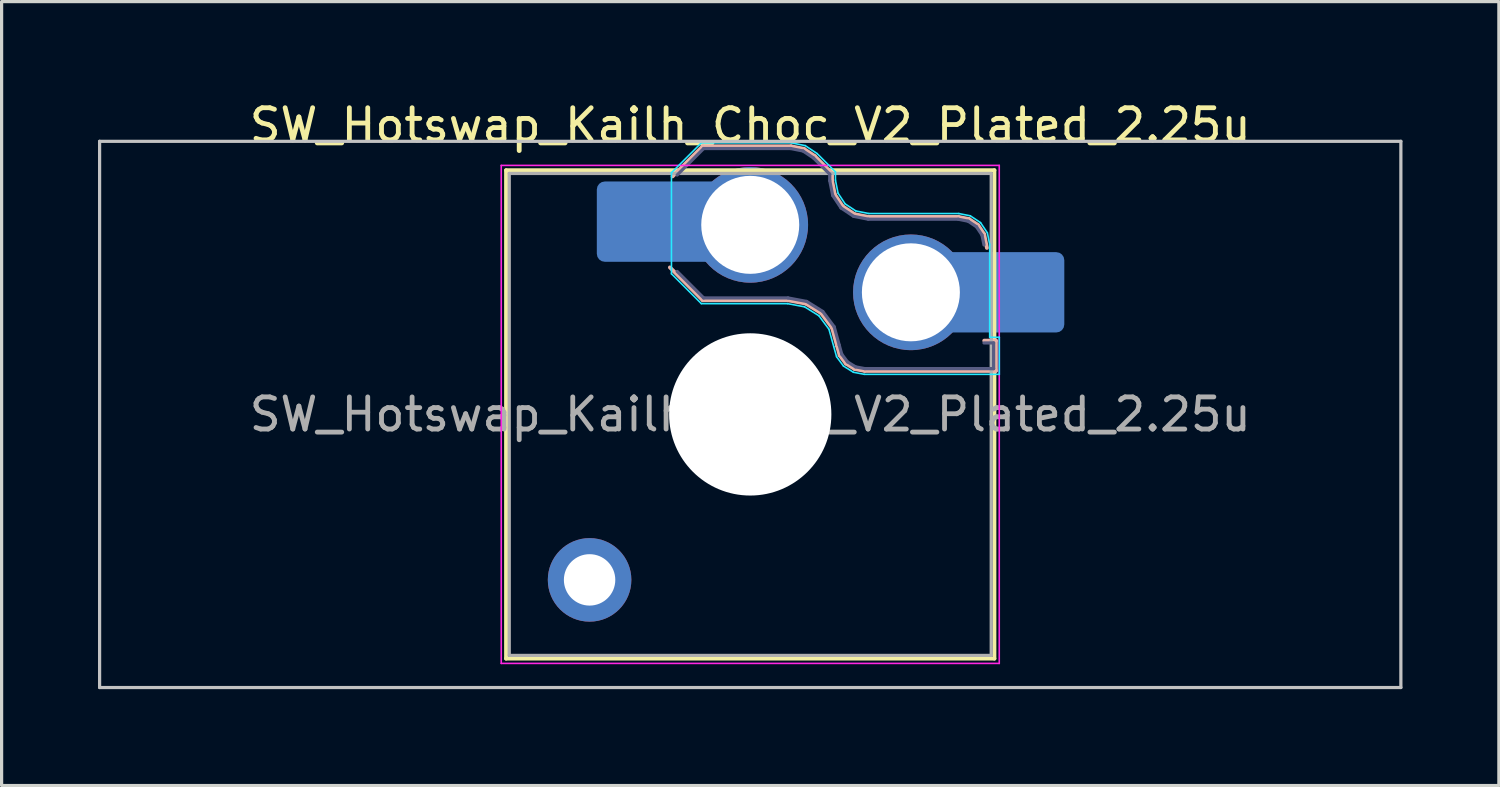
<source format=kicad_pcb>
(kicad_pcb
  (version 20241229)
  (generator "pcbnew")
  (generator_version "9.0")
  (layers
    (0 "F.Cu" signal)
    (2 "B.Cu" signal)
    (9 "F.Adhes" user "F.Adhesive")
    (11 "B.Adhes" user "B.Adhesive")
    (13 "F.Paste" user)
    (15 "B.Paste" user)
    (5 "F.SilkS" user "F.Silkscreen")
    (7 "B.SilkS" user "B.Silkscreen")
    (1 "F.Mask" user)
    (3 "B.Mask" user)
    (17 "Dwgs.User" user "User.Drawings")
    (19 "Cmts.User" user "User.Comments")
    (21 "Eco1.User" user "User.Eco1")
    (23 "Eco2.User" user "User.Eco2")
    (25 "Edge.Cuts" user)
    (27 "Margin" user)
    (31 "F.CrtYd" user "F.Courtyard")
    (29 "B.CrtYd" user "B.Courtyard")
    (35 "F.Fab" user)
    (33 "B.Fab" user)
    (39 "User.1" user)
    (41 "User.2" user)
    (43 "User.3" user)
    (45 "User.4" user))
  (footprint "SW_Hotswap_Kailh_Choc_V2_Plated_2.25u"
    (layer "F.Cu")
    (at 20.3 9.848)
    (property "Reference" "SW_Hotswap_Kailh_Choc_V2_Plated_2.25u" (at 0 -9 0) (layer "F.SilkS") (effects (font (size 1 1) (thickness 0.15))))
    (attr smd)
    (fp_line (start -7.6 -7.6) (end -7.6 7.6) (stroke (width 0.12) (type solid)) (layer "F.SilkS"))
    (fp_line (start -7.6 7.6) (end 7.6 7.6) (stroke (width 0.12) (type solid)) (layer "F.SilkS"))
    (fp_line (start 7.6 -7.6) (end -7.6 -7.6) (stroke (width 0.12) (type solid)) (layer "F.SilkS"))
    (fp_line (start 7.6 7.6) (end 7.6 -7.6) (stroke (width 0.12) (type solid)) (layer "F.SilkS"))
    (fp_line (start -2.416 -7.409) (end -1.479 -8.346) (stroke (width 0.12) (type solid)) (layer "B.SilkS"))
    (fp_line (start -1.479 -8.346) (end 1.268 -8.346) (stroke (width 0.12) (type solid)) (layer "B.SilkS"))
    (fp_line (start -1.479 -3.554) (end -2.5 -4.575) (stroke (width 0.12) (type solid)) (layer "B.SilkS"))
    (fp_line (start 1.168 -3.554) (end -1.479 -3.554) (stroke (width 0.12) (type solid)) (layer "B.SilkS"))
    (fp_line (start 1.268 -8.346) (end 1.671 -8.266) (stroke (width 0.12) (type solid)) (layer "B.SilkS"))
    (fp_line (start 1.671 -8.266) (end 2.013 -8.037) (stroke (width 0.12) (type solid)) (layer "B.SilkS"))
    (fp_line (start 1.73 -3.449) (end 1.168 -3.554) (stroke (width 0.12) (type solid)) (layer "B.SilkS"))
    (fp_line (start 2.013 -8.037) (end 2.546 -7.504) (stroke (width 0.12) (type solid)) (layer "B.SilkS"))
    (fp_line (start 2.209 -3.15) (end 1.73 -3.449) (stroke (width 0.12) (type solid)) (layer "B.SilkS"))
    (fp_line (start 2.546 -7.504) (end 2.546 -7.282) (stroke (width 0.12) (type solid)) (layer "B.SilkS"))
    (fp_line (start 2.546 -7.282) (end 2.633 -6.844) (stroke (width 0.12) (type solid)) (layer "B.SilkS"))
    (fp_line (start 2.547 -2.697) (end 2.209 -3.15) (stroke (width 0.12) (type solid)) (layer "B.SilkS"))
    (fp_line (start 2.633 -6.844) (end 2.877 -6.477) (stroke (width 0.12) (type solid)) (layer "B.SilkS"))
    (fp_line (start 2.701 -2.139) (end 2.547 -2.697) (stroke (width 0.12) (type solid)) (layer "B.SilkS"))
    (fp_line (start 2.783 -1.841) (end 2.701 -2.139) (stroke (width 0.12) (type solid)) (layer "B.SilkS"))
    (fp_line (start 2.877 -6.477) (end 3.244 -6.233) (stroke (width 0.12) (type solid)) (layer "B.SilkS"))
    (fp_line (start 2.976 -1.583) (end 2.783 -1.841) (stroke (width 0.12) (type solid)) (layer "B.SilkS"))
    (fp_line (start 3.244 -6.233) (end 3.682 -6.146) (stroke (width 0.12) (type solid)) (layer "B.SilkS"))
    (fp_line (start 3.25 -1.413) (end 2.976 -1.583) (stroke (width 0.12) (type solid)) (layer "B.SilkS"))
    (fp_line (start 3.56 -1.354) (end 3.25 -1.413) (stroke (width 0.12) (type solid)) (layer "B.SilkS"))
    (fp_line (start 3.682 -6.146) (end 6.482 -6.146) (stroke (width 0.12) (type solid)) (layer "B.SilkS"))
    (fp_line (start 6.482 -6.146) (end 6.809 -6.081) (stroke (width 0.12) (type solid)) (layer "B.SilkS"))
    (fp_line (start 6.809 -6.081) (end 7.092 -5.892) (stroke (width 0.12) (type solid)) (layer "B.SilkS"))
    (fp_line (start 7.092 -5.892) (end 7.281 -5.609) (stroke (width 0.12) (type solid)) (layer "B.SilkS"))
    (fp_line (start 7.281 -5.609) (end 7.366 -5.182) (stroke (width 0.12) (type solid)) (layer "B.SilkS"))
    (fp_line (start 7.283 -2.296) (end 7.646 -2.296) (stroke (width 0.12) (type solid)) (layer "B.SilkS"))
    (fp_line (start 7.646 -2.296) (end 7.646 -1.354) (stroke (width 0.12) (type solid)) (layer "B.SilkS"))
    (fp_line (start 7.646 -1.354) (end 3.56 -1.354) (stroke (width 0.12) (type solid)) (layer "B.SilkS"))
    (fp_line (start -20.25 -8.5) (end -20.25 8.5) (stroke (width 0.1) (type solid)) (layer "Dwgs.User"))
    (fp_line (start -20.25 8.5) (end 20.25 8.5) (stroke (width 0.1) (type solid)) (layer "Dwgs.User"))
    (fp_line (start 20.25 -8.5) (end -20.25 -8.5) (stroke (width 0.1) (type solid)) (layer "Dwgs.User"))
    (fp_line (start 20.25 8.5) (end 20.25 -8.5) (stroke (width 0.1) (type solid)) (layer "Dwgs.User"))
    (fp_line (start -7.25 -7.25) (end -7.25 7.25) (stroke (width 0.1) (type solid)) (layer "Eco1.User"))
    (fp_line (start -7.25 7.25) (end 7.25 7.25) (stroke (width 0.1) (type solid)) (layer "Eco1.User"))
    (fp_line (start 7.25 -7.25) (end -7.25 -7.25) (stroke (width 0.1) (type solid)) (layer "Eco1.User"))
    (fp_line (start 7.25 7.25) (end 7.25 -7.25) (stroke (width 0.1) (type solid)) (layer "Eco1.User"))
    (fp_line (start -2.452 -7.523) (end -1.523 -8.452) (stroke (width 0.05) (type solid)) (layer "B.CrtYd"))
    (fp_line (start -2.452 -4.377) (end -2.452 -7.523) (stroke (width 0.05) (type solid)) (layer "B.CrtYd"))
    (fp_line (start -1.523 -8.452) (end 1.278 -8.452) (stroke (width 0.05) (type solid)) (layer "B.CrtYd"))
    (fp_line (start -1.523 -3.448) (end -2.452 -4.377) (stroke (width 0.05) (type solid)) (layer "B.CrtYd"))
    (fp_line (start 1.159 -3.448) (end -1.523 -3.448) (stroke (width 0.05) (type solid)) (layer "B.CrtYd"))
    (fp_line (start 1.278 -8.452) (end 1.712 -8.366) (stroke (width 0.05) (type solid)) (layer "B.CrtYd"))
    (fp_line (start 1.691 -3.348) (end 1.159 -3.448) (stroke (width 0.05) (type solid)) (layer "B.CrtYd"))
    (fp_line (start 1.712 -8.366) (end 2.081 -8.119) (stroke (width 0.05) (type solid)) (layer "B.CrtYd"))
    (fp_line (start 2.081 -8.119) (end 2.652 -7.548) (stroke (width 0.05) (type solid)) (layer "B.CrtYd"))
    (fp_line (start 2.136 -3.071) (end 1.691 -3.348) (stroke (width 0.05) (type solid)) (layer "B.CrtYd"))
    (fp_line (start 2.45 -2.65) (end 2.136 -3.071) (stroke (width 0.05) (type solid)) (layer "B.CrtYd"))
    (fp_line (start 2.599 -2.111) (end 2.45 -2.65) (stroke (width 0.05) (type solid)) (layer "B.CrtYd"))
    (fp_line (start 2.652 -7.548) (end 2.652 -7.292) (stroke (width 0.05) (type solid)) (layer "B.CrtYd"))
    (fp_line (start 2.652 -7.292) (end 2.733 -6.885) (stroke (width 0.05) (type solid)) (layer "B.CrtYd"))
    (fp_line (start 2.687 -1.794) (end 2.599 -2.111) (stroke (width 0.05) (type solid)) (layer "B.CrtYd"))
    (fp_line (start 2.733 -6.885) (end 2.953 -6.553) (stroke (width 0.05) (type solid)) (layer "B.CrtYd"))
    (fp_line (start 2.903 -1.503) (end 2.687 -1.794) (stroke (width 0.05) (type solid)) (layer "B.CrtYd"))
    (fp_line (start 2.953 -6.553) (end 3.285 -6.333) (stroke (width 0.05) (type solid)) (layer "B.CrtYd"))
    (fp_line (start 3.211 -1.312) (end 2.903 -1.503) (stroke (width 0.05) (type solid)) (layer "B.CrtYd"))
    (fp_line (start 3.285 -6.333) (end 3.692 -6.252) (stroke (width 0.05) (type solid)) (layer "B.CrtYd"))
    (fp_line (start 3.55 -1.248) (end 3.211 -1.312) (stroke (width 0.05) (type solid)) (layer "B.CrtYd"))
    (fp_line (start 3.692 -6.252) (end 6.492 -6.252) (stroke (width 0.05) (type solid)) (layer "B.CrtYd"))
    (fp_line (start 6.492 -6.252) (end 6.85 -6.181) (stroke (width 0.05) (type solid)) (layer "B.CrtYd"))
    (fp_line (start 6.85 -6.181) (end 7.168 -5.968) (stroke (width 0.05) (type solid)) (layer "B.CrtYd"))
    (fp_line (start 7.168 -5.968) (end 7.381 -5.65) (stroke (width 0.05) (type solid)) (layer "B.CrtYd"))
    (fp_line (start 7.381 -5.65) (end 7.452 -5.292) (stroke (width 0.05) (type solid)) (layer "B.CrtYd"))
    (fp_line (start 7.452 -5.292) (end 7.452 -2.402) (stroke (width 0.05) (type solid)) (layer "B.CrtYd"))
    (fp_line (start 7.452 -2.402) (end 7.752 -2.402) (stroke (width 0.05) (type solid)) (layer "B.CrtYd"))
    (fp_line (start 7.752 -2.402) (end 7.752 -1.248) (stroke (width 0.05) (type solid)) (layer "B.CrtYd"))
    (fp_line (start 7.752 -1.248) (end 3.55 -1.248) (stroke (width 0.05) (type solid)) (layer "B.CrtYd"))
    (fp_line (start -7.75 -7.75) (end -7.75 7.75) (stroke (width 0.05) (type solid)) (layer "F.CrtYd"))
    (fp_line (start -7.75 7.75) (end 7.75 7.75) (stroke (width 0.05) (type solid)) (layer "F.CrtYd"))
    (fp_line (start 7.75 -7.75) (end -7.75 -7.75) (stroke (width 0.05) (type solid)) (layer "F.CrtYd"))
    (fp_line (start 7.75 7.75) (end 7.75 -7.75) (stroke (width 0.05) (type solid)) (layer "F.CrtYd"))
    (fp_line (start -2.275 -7.45) (end -1.45 -8.275) (stroke (width 0.1) (type solid)) (layer "B.Fab"))
    (fp_line (start -1.45 -8.275) (end 1.261 -8.275) (stroke (width 0.1) (type solid)) (layer "B.Fab"))
    (fp_line (start -1.45 -3.625) (end -2.275 -4.45) (stroke (width 0.1) (type solid)) (layer "B.Fab"))
    (fp_line (start 1.175 -3.625) (end -1.45 -3.625) (stroke (width 0.1) (type solid)) (layer "B.Fab"))
    (fp_line (start 1.261 -8.275) (end 1.643 -8.199) (stroke (width 0.1) (type solid)) (layer "B.Fab"))
    (fp_line (start 1.643 -8.199) (end 1.968 -7.982) (stroke (width 0.1) (type solid)) (layer "B.Fab"))
    (fp_line (start 1.756 -3.516) (end 1.175 -3.625) (stroke (width 0.1) (type solid)) (layer "B.Fab"))
    (fp_line (start 1.968 -7.982) (end 2.475 -7.475) (stroke (width 0.1) (type solid)) (layer "B.Fab"))
    (fp_line (start 2.258 -3.203) (end 1.756 -3.516) (stroke (width 0.1) (type solid)) (layer "B.Fab"))
    (fp_line (start 2.475 -7.475) (end 2.475 -7.275) (stroke (width 0.1) (type solid)) (layer "B.Fab"))
    (fp_line (start 2.475 -7.275) (end 2.566 -6.816) (stroke (width 0.1) (type solid)) (layer "B.Fab"))
    (fp_line (start 2.566 -6.816) (end 2.826 -6.426) (stroke (width 0.1) (type solid)) (layer "B.Fab"))
    (fp_line (start 2.612 -2.729) (end 2.258 -3.203) (stroke (width 0.1) (type solid)) (layer "B.Fab"))
    (fp_line (start 2.769 -2.158) (end 2.612 -2.729) (stroke (width 0.1) (type solid)) (layer "B.Fab"))
    (fp_line (start 2.826 -6.426) (end 3.216 -6.166) (stroke (width 0.1) (type solid)) (layer "B.Fab"))
    (fp_line (start 2.848 -1.873) (end 2.769 -2.158) (stroke (width 0.1) (type solid)) (layer "B.Fab"))
    (fp_line (start 3.025 -1.636) (end 2.848 -1.873) (stroke (width 0.1) (type solid)) (layer "B.Fab"))
    (fp_line (start 3.216 -6.166) (end 3.675 -6.075) (stroke (width 0.1) (type solid)) (layer "B.Fab"))
    (fp_line (start 3.276 -1.48) (end 3.025 -1.636) (stroke (width 0.1) (type solid)) (layer "B.Fab"))
    (fp_line (start 3.567 -1.425) (end 3.276 -1.48) (stroke (width 0.1) (type solid)) (layer "B.Fab"))
    (fp_line (start 3.675 -6.075) (end 6.475 -6.075) (stroke (width 0.1) (type solid)) (layer "B.Fab"))
    (fp_line (start 6.475 -6.075) (end 6.781 -6.014) (stroke (width 0.1) (type solid)) (layer "B.Fab"))
    (fp_line (start 6.781 -6.014) (end 7.041 -5.841) (stroke (width 0.1) (type solid)) (layer "B.Fab"))
    (fp_line (start 7.041 -5.841) (end 7.214 -5.581) (stroke (width 0.1) (type solid)) (layer "B.Fab"))
    (fp_line (start 7.214 -5.581) (end 7.275 -5.275) (stroke (width 0.1) (type solid)) (layer "B.Fab"))
    (fp_line (start 7.275 -2.225) (end 7.575 -2.225) (stroke (width 0.1) (type solid)) (layer "B.Fab"))
    (fp_line (start 7.575 -2.225) (end 7.575 -1.425) (stroke (width 0.1) (type solid)) (layer "B.Fab"))
    (fp_line (start 7.575 -1.425) (end 3.567 -1.425) (stroke (width 0.1) (type solid)) (layer "B.Fab"))
    (fp_line (start -7.5 -7.5) (end -7.5 7.5) (stroke (width 0.1) (type solid)) (layer "F.Fab"))
    (fp_line (start -7.5 7.5) (end 7.5 7.5) (stroke (width 0.1) (type solid)) (layer "F.Fab"))
    (fp_line (start 7.5 -7.5) (end -7.5 -7.5) (stroke (width 0.1) (type solid)) (layer "F.Fab"))
    (fp_line (start 7.5 7.5) (end 7.5 -7.5) (stroke (width 0.1) (type solid)) (layer "F.Fab"))
    (fp_text user "${REFERENCE}" (at 0 0 0) (layer "F.Fab") (effects (font (size 1 1) (thickness 0.15))))
    (pad "" thru_hole circle (at -5 5.15) (size 2.6 2.6) (drill 1.6) (layers "*.Cu" "*.Mask"))
    (pad "" smd roundrect (at -3.5 -6) (size 2.55 2.5) (layers "B.Mask" "B.Paste") (roundrect_rratio 0.1))
    (pad "" np_thru_hole circle (at 0 0) (size 5.05 5.05) (drill 5.05) (layers "*.Cu" "*.Mask"))
    (pad "" smd roundrect (at 8.5 -3.8) (size 2.55 2.5) (layers "B.Mask" "B.Paste") (roundrect_rratio 0.1))
    (pad "1" smd roundrect (at -2.85 -6) (size 3.85 2.5) (layers "B.Cu") (roundrect_rratio 0.1))
    (pad "1" thru_hole circle (at 0 -5.9) (size 3.6 3.6) (drill 3.05) (layers "*.Cu" "*.Mask"))
    (pad "2" thru_hole circle (at 5 -3.8) (size 3.6 3.6) (drill 3.05) (layers "*.Cu" "*.Mask"))
    (pad "2" smd roundrect (at 7.85 -3.8) (size 3.85 2.5) (layers "B.Cu") (roundrect_rratio 0.1)))
  (gr_rect
    (start -3 -3)
    (end 43.6 21.398)
    (stroke (width 0.1) (type default))
    (fill no)
    (layer "Edge.Cuts")))
</source>
